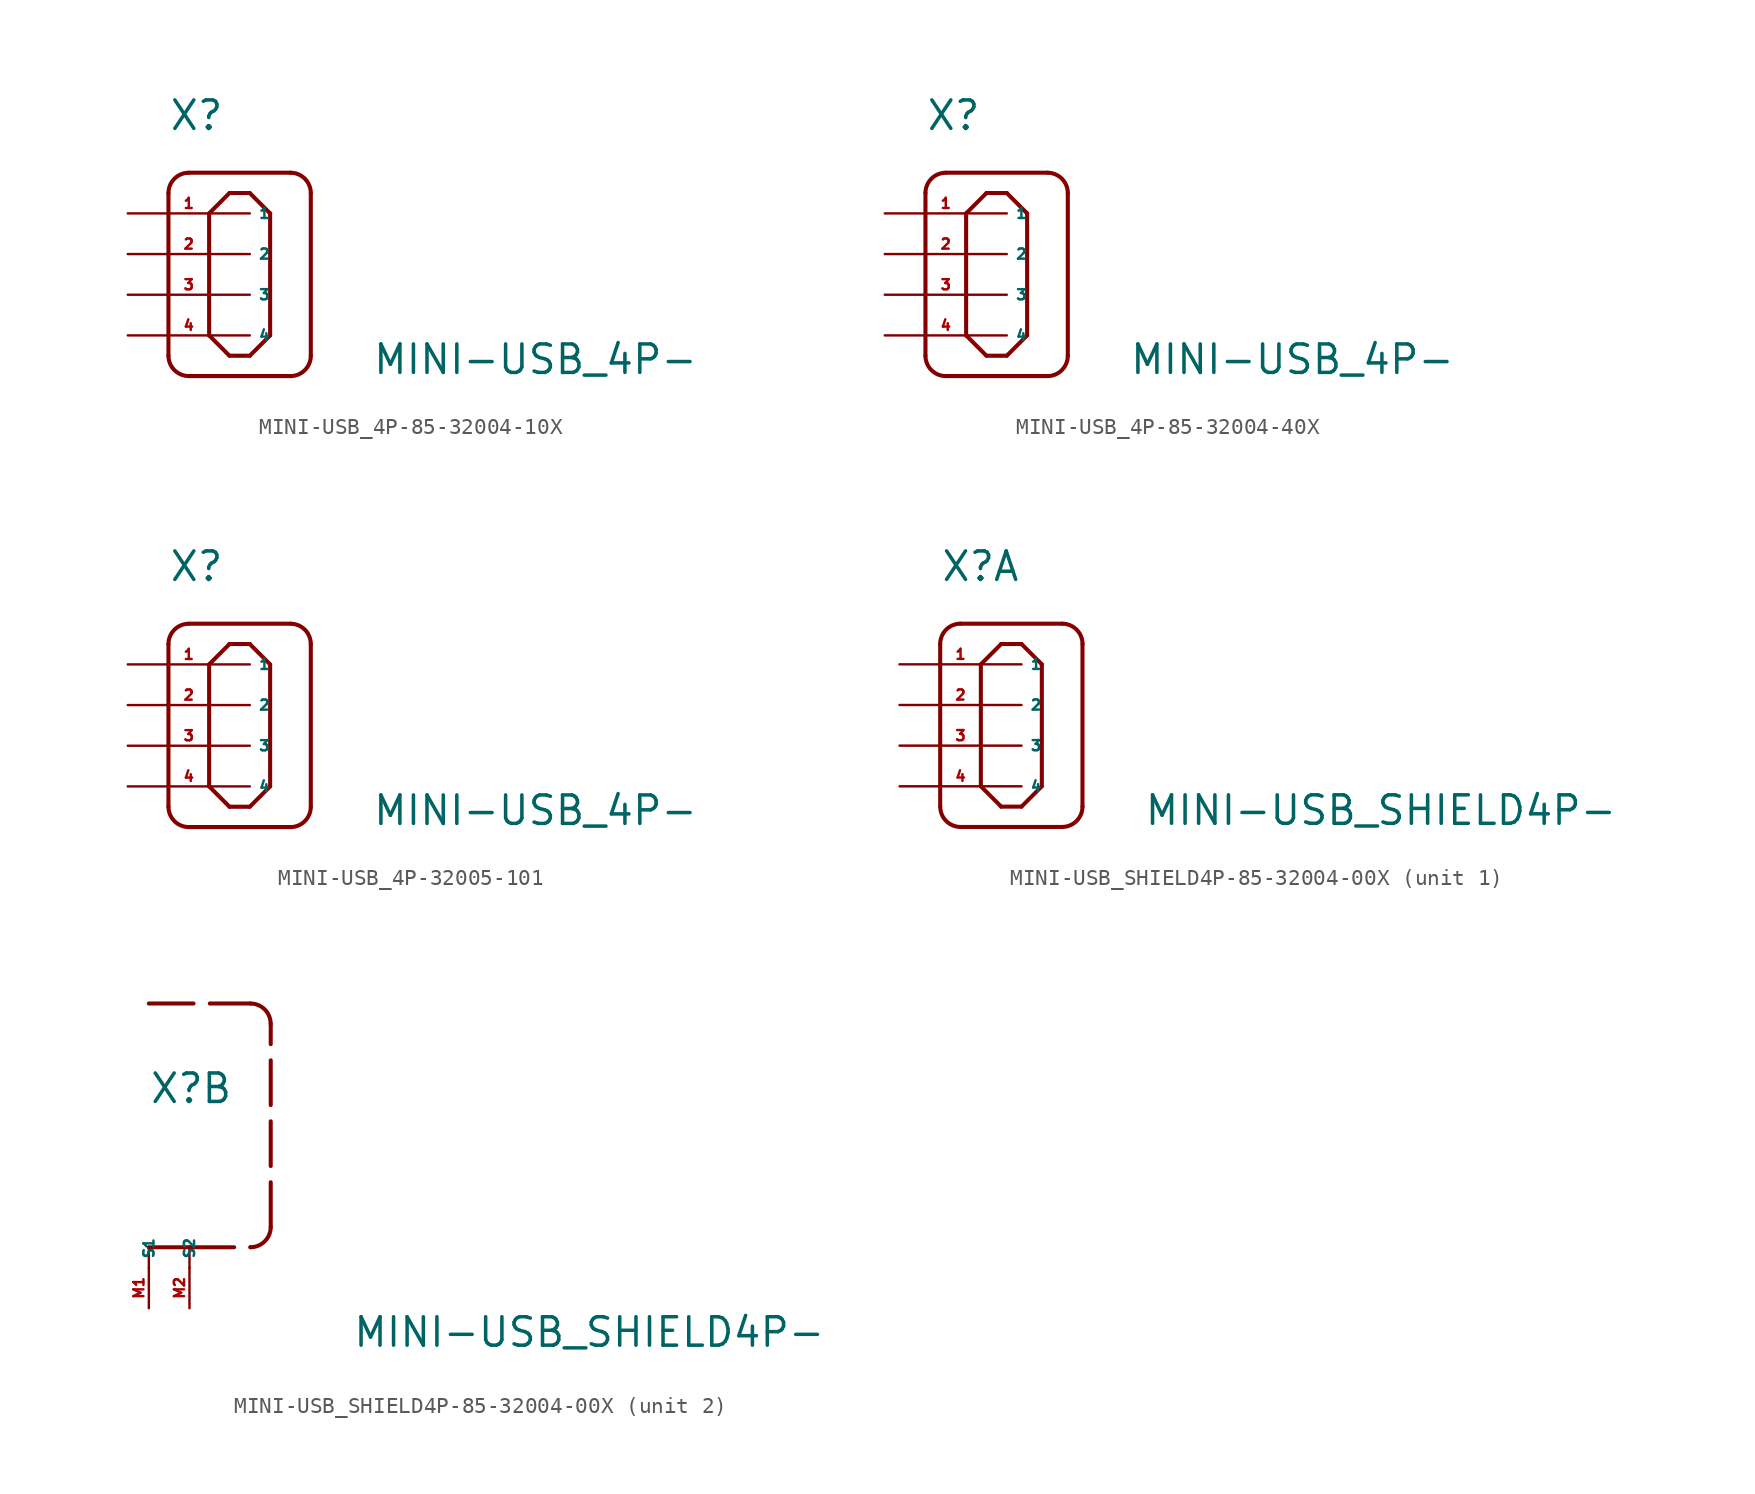
<source format=kicad_sym>
(kicad_symbol_lib
  (version 20220914)
  (generator Eagle2Kicad)
  (symbol "MINI-USB_4P-85-32004-10X"
    (property "Reference" "X"
      (at -2.54 10.16 0)
      (effects (font (size 1.778 1.778) (thickness 0.22)) (justify left bottom)))
    (property "Value" "MINI-USB_4P-"
      (at 10.16 -5.08 0)
      (effects (font (size 1.778 1.778) (thickness 0.22)) (justify left bottom)))
    (polyline
      (pts (xy -2.54 6.35) (xy -2.54 -3.81))
      (stroke (width 0.254) (type default))
      (fill (type none)))
    (arc
      (start -2.54 -3.81)
      (mid -2.168 -4.708)
      (end -1.27 -5.08)
      (stroke (width 0.254) (type default))
      (fill (type none)))
    (polyline
      (pts (xy -1.27 -5.08) (xy 5.08 -5.08))
      (stroke (width 0.254) (type default))
      (fill (type none)))
    (arc
      (start 5.08 -5.08)
      (mid 5.978 -4.708)
      (end 6.35 -3.81)
      (stroke (width 0.254) (type default))
      (fill (type none)))
    (polyline
      (pts (xy 6.35 -3.81) (xy 6.35 6.35))
      (stroke (width 0.254) (type default))
      (fill (type none)))
    (arc
      (start -1.27 7.62)
      (mid -2.168 7.248)
      (end -2.54 6.35)
      (stroke (width 0.254) (type default))
      (fill (type none)))
    (polyline
      (pts (xy -1.27 7.62) (xy 5.08 7.62))
      (stroke (width 0.254) (type default))
      (fill (type none)))
    (arc
      (start 6.35 6.35)
      (mid 5.978 7.248)
      (end 5.08 7.62)
      (stroke (width 0.254) (type default))
      (fill (type none)))
    (polyline
      (pts (xy 0 5.08) (xy 0 -2.54))
      (stroke (width 0.254) (type default))
      (fill (type none)))
    (polyline
      (pts (xy 0 -2.54) (xy 1.27 -3.81))
      (stroke (width 0.254) (type default))
      (fill (type none)))
    (polyline
      (pts (xy 1.27 -3.81) (xy 2.54 -3.81))
      (stroke (width 0.254) (type default))
      (fill (type none)))
    (polyline
      (pts (xy 3.81 -2.54) (xy 3.81 5.08))
      (stroke (width 0.254) (type default))
      (fill (type none)))
    (polyline
      (pts (xy 2.54 6.35) (xy 1.27 6.35))
      (stroke (width 0.254) (type default))
      (fill (type none)))
    (polyline
      (pts (xy 1.27 6.35) (xy 0 5.08))
      (stroke (width 0.254) (type default))
      (fill (type none)))
    (polyline
      (pts (xy 2.54 6.35) (xy 3.81 5.08))
      (stroke (width 0.254) (type default))
      (fill (type none)))
    (polyline
      (pts (xy 2.54 -3.81) (xy 3.81 -2.54))
      (stroke (width 0.254) (type default))
      (fill (type none)))
    (pin passive line
      (at -5.08 5.08 0)
      (length 7.62)
      (name "1" (effects (font (size 0.635 0.635) (thickness 0.08)) (justify left bottom)))
      (number "1" (effects (font (size 0.635 0.635) (thickness 0.08)) (justify left bottom))))
    (pin passive line
      (at -5.08 2.54 0)
      (length 7.62)
      (name "2" (effects (font (size 0.635 0.635) (thickness 0.08)) (justify left bottom)))
      (number "2" (effects (font (size 0.635 0.635) (thickness 0.08)) (justify left bottom))))
    (pin passive line
      (at -5.08 0 0)
      (length 7.62)
      (name "3" (effects (font (size 0.635 0.635) (thickness 0.08)) (justify left bottom)))
      (number "3" (effects (font (size 0.635 0.635) (thickness 0.08)) (justify left bottom))))
    (pin passive line
      (at -5.08 -2.54 0)
      (length 7.62)
      (name "4" (effects (font (size 0.635 0.635) (thickness 0.08)) (justify left bottom)))
      (number "4" (effects (font (size 0.635 0.635) (thickness 0.08)) (justify left bottom)))))
  (symbol "MINI-USB_4P-85-32004-40X"
    (property "Reference" "X"
      (at -2.54 10.16 0)
      (effects (font (size 1.778 1.778) (thickness 0.22)) (justify left bottom)))
    (property "Value" "MINI-USB_4P-"
      (at 10.16 -5.08 0)
      (effects (font (size 1.778 1.778) (thickness 0.22)) (justify left bottom)))
    (polyline
      (pts (xy -2.54 6.35) (xy -2.54 -3.81))
      (stroke (width 0.254) (type default))
      (fill (type none)))
    (arc
      (start -2.54 -3.81)
      (mid -2.168 -4.708)
      (end -1.27 -5.08)
      (stroke (width 0.254) (type default))
      (fill (type none)))
    (polyline
      (pts (xy -1.27 -5.08) (xy 5.08 -5.08))
      (stroke (width 0.254) (type default))
      (fill (type none)))
    (arc
      (start 5.08 -5.08)
      (mid 5.978 -4.708)
      (end 6.35 -3.81)
      (stroke (width 0.254) (type default))
      (fill (type none)))
    (polyline
      (pts (xy 6.35 -3.81) (xy 6.35 6.35))
      (stroke (width 0.254) (type default))
      (fill (type none)))
    (arc
      (start -1.27 7.62)
      (mid -2.168 7.248)
      (end -2.54 6.35)
      (stroke (width 0.254) (type default))
      (fill (type none)))
    (polyline
      (pts (xy -1.27 7.62) (xy 5.08 7.62))
      (stroke (width 0.254) (type default))
      (fill (type none)))
    (arc
      (start 6.35 6.35)
      (mid 5.978 7.248)
      (end 5.08 7.62)
      (stroke (width 0.254) (type default))
      (fill (type none)))
    (polyline
      (pts (xy 0 5.08) (xy 0 -2.54))
      (stroke (width 0.254) (type default))
      (fill (type none)))
    (polyline
      (pts (xy 0 -2.54) (xy 1.27 -3.81))
      (stroke (width 0.254) (type default))
      (fill (type none)))
    (polyline
      (pts (xy 1.27 -3.81) (xy 2.54 -3.81))
      (stroke (width 0.254) (type default))
      (fill (type none)))
    (polyline
      (pts (xy 3.81 -2.54) (xy 3.81 5.08))
      (stroke (width 0.254) (type default))
      (fill (type none)))
    (polyline
      (pts (xy 2.54 6.35) (xy 1.27 6.35))
      (stroke (width 0.254) (type default))
      (fill (type none)))
    (polyline
      (pts (xy 1.27 6.35) (xy 0 5.08))
      (stroke (width 0.254) (type default))
      (fill (type none)))
    (polyline
      (pts (xy 2.54 6.35) (xy 3.81 5.08))
      (stroke (width 0.254) (type default))
      (fill (type none)))
    (polyline
      (pts (xy 2.54 -3.81) (xy 3.81 -2.54))
      (stroke (width 0.254) (type default))
      (fill (type none)))
    (pin passive line
      (at -5.08 5.08 0)
      (length 7.62)
      (name "1" (effects (font (size 0.635 0.635) (thickness 0.08)) (justify left bottom)))
      (number "1" (effects (font (size 0.635 0.635) (thickness 0.08)) (justify left bottom))))
    (pin passive line
      (at -5.08 2.54 0)
      (length 7.62)
      (name "2" (effects (font (size 0.635 0.635) (thickness 0.08)) (justify left bottom)))
      (number "2" (effects (font (size 0.635 0.635) (thickness 0.08)) (justify left bottom))))
    (pin passive line
      (at -5.08 0 0)
      (length 7.62)
      (name "3" (effects (font (size 0.635 0.635) (thickness 0.08)) (justify left bottom)))
      (number "3" (effects (font (size 0.635 0.635) (thickness 0.08)) (justify left bottom))))
    (pin passive line
      (at -5.08 -2.54 0)
      (length 7.62)
      (name "4" (effects (font (size 0.635 0.635) (thickness 0.08)) (justify left bottom)))
      (number "4" (effects (font (size 0.635 0.635) (thickness 0.08)) (justify left bottom)))))
  (symbol "MINI-USB_4P-32005-101"
    (property "Reference" "X"
      (at -2.54 10.16 0)
      (effects (font (size 1.778 1.778) (thickness 0.22)) (justify left bottom)))
    (property "Value" "MINI-USB_4P-"
      (at 10.16 -5.08 0)
      (effects (font (size 1.778 1.778) (thickness 0.22)) (justify left bottom)))
    (polyline
      (pts (xy -2.54 6.35) (xy -2.54 -3.81))
      (stroke (width 0.254) (type default))
      (fill (type none)))
    (arc
      (start -2.54 -3.81)
      (mid -2.168 -4.708)
      (end -1.27 -5.08)
      (stroke (width 0.254) (type default))
      (fill (type none)))
    (polyline
      (pts (xy -1.27 -5.08) (xy 5.08 -5.08))
      (stroke (width 0.254) (type default))
      (fill (type none)))
    (arc
      (start 5.08 -5.08)
      (mid 5.978 -4.708)
      (end 6.35 -3.81)
      (stroke (width 0.254) (type default))
      (fill (type none)))
    (polyline
      (pts (xy 6.35 -3.81) (xy 6.35 6.35))
      (stroke (width 0.254) (type default))
      (fill (type none)))
    (arc
      (start -1.27 7.62)
      (mid -2.168 7.248)
      (end -2.54 6.35)
      (stroke (width 0.254) (type default))
      (fill (type none)))
    (polyline
      (pts (xy -1.27 7.62) (xy 5.08 7.62))
      (stroke (width 0.254) (type default))
      (fill (type none)))
    (arc
      (start 6.35 6.35)
      (mid 5.978 7.248)
      (end 5.08 7.62)
      (stroke (width 0.254) (type default))
      (fill (type none)))
    (polyline
      (pts (xy 0 5.08) (xy 0 -2.54))
      (stroke (width 0.254) (type default))
      (fill (type none)))
    (polyline
      (pts (xy 0 -2.54) (xy 1.27 -3.81))
      (stroke (width 0.254) (type default))
      (fill (type none)))
    (polyline
      (pts (xy 1.27 -3.81) (xy 2.54 -3.81))
      (stroke (width 0.254) (type default))
      (fill (type none)))
    (polyline
      (pts (xy 3.81 -2.54) (xy 3.81 5.08))
      (stroke (width 0.254) (type default))
      (fill (type none)))
    (polyline
      (pts (xy 2.54 6.35) (xy 1.27 6.35))
      (stroke (width 0.254) (type default))
      (fill (type none)))
    (polyline
      (pts (xy 1.27 6.35) (xy 0 5.08))
      (stroke (width 0.254) (type default))
      (fill (type none)))
    (polyline
      (pts (xy 2.54 6.35) (xy 3.81 5.08))
      (stroke (width 0.254) (type default))
      (fill (type none)))
    (polyline
      (pts (xy 2.54 -3.81) (xy 3.81 -2.54))
      (stroke (width 0.254) (type default))
      (fill (type none)))
    (pin passive line
      (at -5.08 5.08 0)
      (length 7.62)
      (name "1" (effects (font (size 0.635 0.635) (thickness 0.08)) (justify left bottom)))
      (number "1" (effects (font (size 0.635 0.635) (thickness 0.08)) (justify left bottom))))
    (pin passive line
      (at -5.08 2.54 0)
      (length 7.62)
      (name "2" (effects (font (size 0.635 0.635) (thickness 0.08)) (justify left bottom)))
      (number "2" (effects (font (size 0.635 0.635) (thickness 0.08)) (justify left bottom))))
    (pin passive line
      (at -5.08 0 0)
      (length 7.62)
      (name "3" (effects (font (size 0.635 0.635) (thickness 0.08)) (justify left bottom)))
      (number "3" (effects (font (size 0.635 0.635) (thickness 0.08)) (justify left bottom))))
    (pin passive line
      (at -5.08 -2.54 0)
      (length 7.62)
      (name "4" (effects (font (size 0.635 0.635) (thickness 0.08)) (justify left bottom)))
      (number "4" (effects (font (size 0.635 0.635) (thickness 0.08)) (justify left bottom)))))
  (symbol "MINI-USB_SHIELD4P-85-32004-00X"
    (property "Reference" "X"
      (at -2.54 10.16 0)
      (effects (font (size 1.778 1.778) (thickness 0.22)) (justify left bottom)))
    (property "Value" "MINI-USB_SHIELD4P-"
      (at 10.16 -5.08 0)
      (effects (font (size 1.778 1.778) (thickness 0.22)) (justify left bottom)))
    (symbol "MINI-USB_SHIELD4P-85-32004-00X_1_0"
      (polyline (pts (xy -2.54 6.35) (xy -2.54 -3.81)) (stroke (width 0.254) (type default)) (fill (type none)))
      (arc (start -2.54 -3.81) (mid -2.168 -4.708) (end -1.27 -5.08) (stroke (width 0.254) (type default)) (fill (type none)))
      (polyline (pts (xy -1.27 -5.08) (xy 5.08 -5.08)) (stroke (width 0.254) (type default)) (fill (type none)))
      (arc (start 5.08 -5.08) (mid 5.978 -4.708) (end 6.35 -3.81) (stroke (width 0.254) (type default)) (fill (type none)))
      (polyline (pts (xy 6.35 -3.81) (xy 6.35 6.35)) (stroke (width 0.254) (type default)) (fill (type none)))
      (arc (start -1.27 7.62) (mid -2.168 7.248) (end -2.54 6.35) (stroke (width 0.254) (type default)) (fill (type none)))
      (polyline (pts (xy -1.27 7.62) (xy 5.08 7.62)) (stroke (width 0.254) (type default)) (fill (type none)))
      (arc (start 6.35 6.35) (mid 5.978 7.248) (end 5.08 7.62) (stroke (width 0.254) (type default)) (fill (type none)))
      (polyline (pts (xy 0 5.08) (xy 0 -2.54)) (stroke (width 0.254) (type default)) (fill (type none)))
      (polyline (pts (xy 0 -2.54) (xy 1.27 -3.81)) (stroke (width 0.254) (type default)) (fill (type none)))
      (polyline (pts (xy 1.27 -3.81) (xy 2.54 -3.81)) (stroke (width 0.254) (type default)) (fill (type none)))
      (polyline (pts (xy 3.81 -2.54) (xy 3.81 5.08)) (stroke (width 0.254) (type default)) (fill (type none)))
      (polyline (pts (xy 2.54 6.35) (xy 1.27 6.35)) (stroke (width 0.254) (type default)) (fill (type none)))
      (polyline (pts (xy 1.27 6.35) (xy 0 5.08)) (stroke (width 0.254) (type default)) (fill (type none)))
      (polyline (pts (xy 2.54 6.35) (xy 3.81 5.08)) (stroke (width 0.254) (type default)) (fill (type none)))
      (polyline (pts (xy 2.54 -3.81) (xy 3.81 -2.54)) (stroke (width 0.254) (type default)) (fill (type none)))
      (pin passive line (at -5.08 5.08 0) (length 7.62) (name "1" (effects (font (size 0.635 0.635) (thickness 0.08)) (justify left bottom))) (number "1" (effects (font (size 0.635 0.635) (thickness 0.08)) (justify left bottom))))
      (pin passive line (at -5.08 2.54 0) (length 7.62) (name "2" (effects (font (size 0.635 0.635) (thickness 0.08)) (justify left bottom))) (number "2" (effects (font (size 0.635 0.635) (thickness 0.08)) (justify left bottom))))
      (pin passive line (at -5.08 0 0) (length 7.62) (name "3" (effects (font (size 0.635 0.635) (thickness 0.08)) (justify left bottom))) (number "3" (effects (font (size 0.635 0.635) (thickness 0.08)) (justify left bottom))))
      (pin passive line (at -5.08 -2.54 0) (length 7.62) (name "4" (effects (font (size 0.635 0.635) (thickness 0.08)) (justify left bottom))) (number "4" (effects (font (size 0.635 0.635) (thickness 0.08)) (justify left bottom)))))
    (symbol "MINI-USB_SHIELD4P-85-32004-00X_2_0"
      (polyline (pts (xy -2.54 1.27) (xy 0 1.27)) (stroke (width 0.254) (type dash)) (fill (type none)))
      (polyline (pts (xy 0 1.27) (xy 3.81 1.27)) (stroke (width 0.254) (type dash)) (fill (type none)))
      (arc (start 3.81 1.27) (mid 4.708 1.642) (end 5.08 2.54) (stroke (width 0.254) (type dash)) (fill (type none)))
      (polyline (pts (xy 5.08 2.54) (xy 5.08 15.24)) (stroke (width 0.254) (type dash)) (fill (type none)))
      (polyline (pts (xy -2.54 16.51) (xy 3.81 16.51)) (stroke (width 0.254) (type dash)) (fill (type none)))
      (arc (start 5.08 15.24) (mid 4.708 16.138) (end 3.81 16.51) (stroke (width 0.254) (type dash)) (fill (type none)))
      (polyline (pts (xy -2.54 0) (xy -2.54 1.27)) (stroke (width 0.152) (type default)) (fill (type none)))
      (polyline (pts (xy 0 0) (xy 0 1.27)) (stroke (width 0.152) (type default)) (fill (type none)))
      (pin passive line (at -2.54 -2.54 90) (length 2.54) (name "S1" (effects (font (size 0.635 0.635) (thickness 0.08)) (justify left bottom))) (number "M1" (effects (font (size 0.635 0.635) (thickness 0.08)) (justify left bottom))))
      (pin passive line (at 0 -2.54 90) (length 2.54) (name "S2" (effects (font (size 0.635 0.635) (thickness 0.08)) (justify left bottom))) (number "M2" (effects (font (size 0.635 0.635) (thickness 0.08)) (justify left bottom)))))))
</source>
